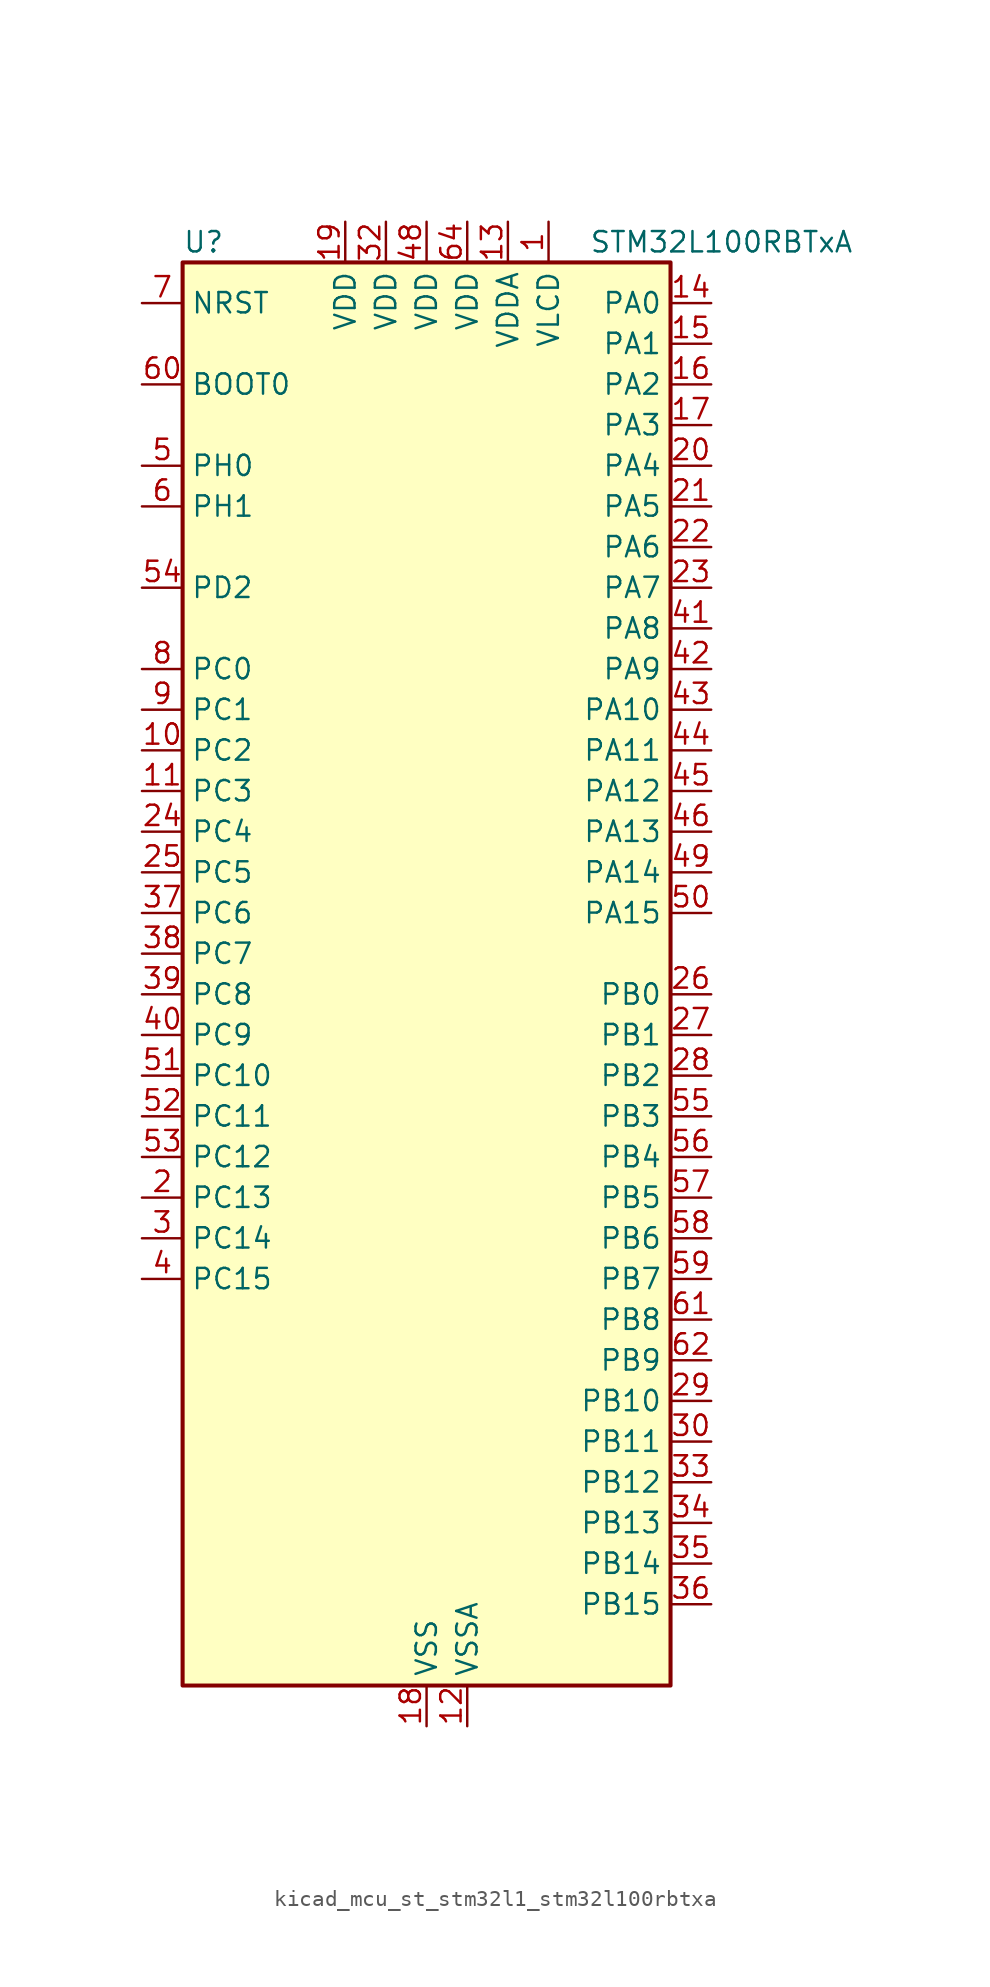
<source format=kicad_sym>
(kicad_symbol_lib
  (version 20220914)
  (generator kicad_symbol_editor)
  (symbol "kicad_mcu_st_stm32l1_stm32l100rbtxa"
    (property "Reference" "U"
      (at -15.24 46.99 0)
      (effects (font (size 1.27 1.27)) (justify left)))
    (property "Value" "STM32L100RBTxA"
      (at 10.16 46.99 0)
      (effects (font (size 1.27 1.27)) (justify left)))
    (property "ki_locked" ""
      (at 0 0 0)
      (effects (font (size 1.27 1.27))))
    (symbol "kicad_mcu_st_stm32l1_stm32l100rbtxa_0_1"
      (rectangle (start -15.24 -43.18) (end 15.24 45.72) (stroke (width 0.254) (type default)) (fill (type background))))
    (symbol "kicad_mcu_st_stm32l1_stm32l100rbtxa_1_1"
      (pin power_in line (at 7.62 48.26 270) (length 2.54) (name "VLCD" (effects (font (size 1.27 1.27)))) (number "1" (effects (font (size 1.27 1.27)))))
      (pin bidirectional line (at -17.78 15.24 0) (length 2.54) (name "PC2" (effects (font (size 1.27 1.27)))) (number "10" (effects (font (size 1.27 1.27)))) (alternate "ADC_IN12" bidirectional line) (alternate "COMP1_INP" bidirectional line) (alternate "LCD_SEG20" bidirectional line) (alternate "TIMX_IC3" bidirectional line))
      (pin bidirectional line (at -17.78 12.7 0) (length 2.54) (name "PC3" (effects (font (size 1.27 1.27)))) (number "11" (effects (font (size 1.27 1.27)))) (alternate "ADC_IN13" bidirectional line) (alternate "COMP1_INP" bidirectional line) (alternate "LCD_SEG21" bidirectional line) (alternate "TIMX_IC4" bidirectional line))
      (pin power_in line (at 2.54 -45.72 90) (length 2.54) (name "VSSA" (effects (font (size 1.27 1.27)))) (number "12" (effects (font (size 1.27 1.27)))))
      (pin power_in line (at 5.08 48.26 270) (length 2.54) (name "VDDA" (effects (font (size 1.27 1.27)))) (number "13" (effects (font (size 1.27 1.27)))))
      (pin bidirectional line (at 17.78 43.18 180) (length 2.54) (name "PA0" (effects (font (size 1.27 1.27)))) (number "14" (effects (font (size 1.27 1.27)))) (alternate "ADC_IN0" bidirectional line) (alternate "COMP1_INP" bidirectional line) (alternate "RTC_TAMP2" bidirectional line) (alternate "SYS_WKUP1" bidirectional line) (alternate "TIM2_CH1" bidirectional line) (alternate "TIM2_ETR" bidirectional line) (alternate "TIMX_IC1" bidirectional line) (alternate "USART2_CTS" bidirectional line))
      (pin bidirectional line (at 17.78 40.64 180) (length 2.54) (name "PA1" (effects (font (size 1.27 1.27)))) (number "15" (effects (font (size 1.27 1.27)))) (alternate "ADC_IN1" bidirectional line) (alternate "COMP1_INP" bidirectional line) (alternate "LCD_SEG0" bidirectional line) (alternate "TIM2_CH2" bidirectional line) (alternate "TIMX_IC2" bidirectional line) (alternate "USART2_RTS" bidirectional line))
      (pin bidirectional line (at 17.78 38.1 180) (length 2.54) (name "PA2" (effects (font (size 1.27 1.27)))) (number "16" (effects (font (size 1.27 1.27)))) (alternate "ADC_IN2" bidirectional line) (alternate "COMP1_INP" bidirectional line) (alternate "LCD_SEG1" bidirectional line) (alternate "TIM2_CH3" bidirectional line) (alternate "TIM9_CH1" bidirectional line) (alternate "TIMX_IC3" bidirectional line) (alternate "USART2_TX" bidirectional line))
      (pin bidirectional line (at 17.78 35.56 180) (length 2.54) (name "PA3" (effects (font (size 1.27 1.27)))) (number "17" (effects (font (size 1.27 1.27)))) (alternate "ADC_IN3" bidirectional line) (alternate "COMP1_INP" bidirectional line) (alternate "LCD_SEG2" bidirectional line) (alternate "TIM2_CH4" bidirectional line) (alternate "TIM9_CH2" bidirectional line) (alternate "TIMX_IC4" bidirectional line) (alternate "USART2_RX" bidirectional line))
      (pin power_in line (at 0 -45.72 90) (length 2.54) (name "VSS" (effects (font (size 1.27 1.27)))) (number "18" (effects (font (size 1.27 1.27)))))
      (pin power_in line (at -5.08 48.26 270) (length 2.54) (name "VDD" (effects (font (size 1.27 1.27)))) (number "19" (effects (font (size 1.27 1.27)))))
      (pin bidirectional line (at -17.78 -12.7 0) (length 2.54) (name "PC13" (effects (font (size 1.27 1.27)))) (number "2" (effects (font (size 1.27 1.27)))) (alternate "RTC_OUT_ALARM" bidirectional line) (alternate "RTC_OUT_CALIB" bidirectional line) (alternate "RTC_TAMP1" bidirectional line) (alternate "RTC_TS" bidirectional line) (alternate "SYS_WKUP2" bidirectional line) (alternate "TIMX_IC2" bidirectional line))
      (pin bidirectional line (at 17.78 33.02 180) (length 2.54) (name "PA4" (effects (font (size 1.27 1.27)))) (number "20" (effects (font (size 1.27 1.27)))) (alternate "ADC_IN4" bidirectional line) (alternate "COMP1_INP" bidirectional line) (alternate "DAC_OUT1" bidirectional line) (alternate "SPI1_NSS" bidirectional line) (alternate "TIMX_IC1" bidirectional line) (alternate "USART2_CK" bidirectional line))
      (pin bidirectional line (at 17.78 30.48 180) (length 2.54) (name "PA5" (effects (font (size 1.27 1.27)))) (number "21" (effects (font (size 1.27 1.27)))) (alternate "ADC_IN5" bidirectional line) (alternate "COMP1_INP" bidirectional line) (alternate "DAC_OUT2" bidirectional line) (alternate "SPI1_SCK" bidirectional line) (alternate "TIM2_CH1" bidirectional line) (alternate "TIM2_ETR" bidirectional line) (alternate "TIMX_IC2" bidirectional line))
      (pin bidirectional line (at 17.78 27.94 180) (length 2.54) (name "PA6" (effects (font (size 1.27 1.27)))) (number "22" (effects (font (size 1.27 1.27)))) (alternate "ADC_IN6" bidirectional line) (alternate "COMP1_INP" bidirectional line) (alternate "LCD_SEG3" bidirectional line) (alternate "SPI1_MISO" bidirectional line) (alternate "TIM10_CH1" bidirectional line) (alternate "TIM3_CH1" bidirectional line) (alternate "TIMX_IC3" bidirectional line))
      (pin bidirectional line (at 17.78 25.4 180) (length 2.54) (name "PA7" (effects (font (size 1.27 1.27)))) (number "23" (effects (font (size 1.27 1.27)))) (alternate "ADC_IN7" bidirectional line) (alternate "COMP1_INP" bidirectional line) (alternate "LCD_SEG4" bidirectional line) (alternate "SPI1_MOSI" bidirectional line) (alternate "TIM11_CH1" bidirectional line) (alternate "TIM3_CH2" bidirectional line) (alternate "TIMX_IC4" bidirectional line))
      (pin bidirectional line (at -17.78 10.16 0) (length 2.54) (name "PC4" (effects (font (size 1.27 1.27)))) (number "24" (effects (font (size 1.27 1.27)))) (alternate "ADC_IN14" bidirectional line) (alternate "COMP1_INP" bidirectional line) (alternate "LCD_SEG22" bidirectional line) (alternate "TIMX_IC1" bidirectional line))
      (pin bidirectional line (at -17.78 7.62 0) (length 2.54) (name "PC5" (effects (font (size 1.27 1.27)))) (number "25" (effects (font (size 1.27 1.27)))) (alternate "ADC_IN15" bidirectional line) (alternate "COMP1_INP" bidirectional line) (alternate "LCD_SEG23" bidirectional line) (alternate "TIMX_IC2" bidirectional line))
      (pin bidirectional line (at 17.78 0 180) (length 2.54) (name "PB0" (effects (font (size 1.27 1.27)))) (number "26" (effects (font (size 1.27 1.27)))) (alternate "ADC_IN8" bidirectional line) (alternate "COMP1_INP" bidirectional line) (alternate "LCD_SEG5" bidirectional line) (alternate "SYS_V_REF_OUT" bidirectional line) (alternate "TIM3_CH3" bidirectional line))
      (pin bidirectional line (at 17.78 -2.54 180) (length 2.54) (name "PB1" (effects (font (size 1.27 1.27)))) (number "27" (effects (font (size 1.27 1.27)))) (alternate "ADC_IN9" bidirectional line) (alternate "COMP1_INP" bidirectional line) (alternate "LCD_SEG6" bidirectional line) (alternate "SYS_V_REF_OUT" bidirectional line) (alternate "TIM3_CH4" bidirectional line))
      (pin bidirectional line (at 17.78 -5.08 180) (length 2.54) (name "PB2" (effects (font (size 1.27 1.27)))) (number "28" (effects (font (size 1.27 1.27)))))
      (pin bidirectional line (at 17.78 -25.4 180) (length 2.54) (name "PB10" (effects (font (size 1.27 1.27)))) (number "29" (effects (font (size 1.27 1.27)))) (alternate "I2C2_SCL" bidirectional line) (alternate "LCD_SEG10" bidirectional line) (alternate "TIM2_CH3" bidirectional line) (alternate "USART3_TX" bidirectional line))
      (pin bidirectional line (at -17.78 -15.24 0) (length 2.54) (name "PC14" (effects (font (size 1.27 1.27)))) (number "3" (effects (font (size 1.27 1.27)))) (alternate "RCC_OSC32_IN" bidirectional line) (alternate "TIMX_IC3" bidirectional line))
      (pin bidirectional line (at 17.78 -27.94 180) (length 2.54) (name "PB11" (effects (font (size 1.27 1.27)))) (number "30" (effects (font (size 1.27 1.27)))) (alternate "ADC_EXTI11" bidirectional line) (alternate "I2C2_SDA" bidirectional line) (alternate "LCD_SEG11" bidirectional line) (alternate "TIM2_CH4" bidirectional line) (alternate "USART3_RX" bidirectional line))
      (pin passive line (at 0 -45.72 90) (length 2.54) hide (name "VSS" (effects (font (size 1.27 1.27)))) (number "31" (effects (font (size 1.27 1.27)))))
      (pin power_in line (at -2.54 48.26 270) (length 2.54) (name "VDD" (effects (font (size 1.27 1.27)))) (number "32" (effects (font (size 1.27 1.27)))))
      (pin bidirectional line (at 17.78 -30.48 180) (length 2.54) (name "PB12" (effects (font (size 1.27 1.27)))) (number "33" (effects (font (size 1.27 1.27)))) (alternate "ADC_IN18" bidirectional line) (alternate "COMP1_INP" bidirectional line) (alternate "I2C2_SMBA" bidirectional line) (alternate "LCD_SEG12" bidirectional line) (alternate "SPI2_NSS" bidirectional line) (alternate "TIM10_CH1" bidirectional line) (alternate "USART3_CK" bidirectional line))
      (pin bidirectional line (at 17.78 -33.02 180) (length 2.54) (name "PB13" (effects (font (size 1.27 1.27)))) (number "34" (effects (font (size 1.27 1.27)))) (alternate "ADC_IN19" bidirectional line) (alternate "COMP1_INP" bidirectional line) (alternate "LCD_SEG13" bidirectional line) (alternate "SPI2_SCK" bidirectional line) (alternate "TIM9_CH1" bidirectional line) (alternate "USART3_CTS" bidirectional line))
      (pin bidirectional line (at 17.78 -35.56 180) (length 2.54) (name "PB14" (effects (font (size 1.27 1.27)))) (number "35" (effects (font (size 1.27 1.27)))) (alternate "ADC_IN20" bidirectional line) (alternate "COMP1_INP" bidirectional line) (alternate "LCD_SEG14" bidirectional line) (alternate "SPI2_MISO" bidirectional line) (alternate "TIM9_CH2" bidirectional line) (alternate "USART3_RTS" bidirectional line))
      (pin bidirectional line (at 17.78 -38.1 180) (length 2.54) (name "PB15" (effects (font (size 1.27 1.27)))) (number "36" (effects (font (size 1.27 1.27)))) (alternate "ADC_EXTI15" bidirectional line) (alternate "ADC_IN21" bidirectional line) (alternate "COMP1_INP" bidirectional line) (alternate "LCD_SEG15" bidirectional line) (alternate "RTC_REFIN" bidirectional line) (alternate "SPI2_MOSI" bidirectional line) (alternate "TIM11_CH1" bidirectional line))
      (pin bidirectional line (at -17.78 5.08 0) (length 2.54) (name "PC6" (effects (font (size 1.27 1.27)))) (number "37" (effects (font (size 1.27 1.27)))) (alternate "LCD_SEG24" bidirectional line) (alternate "TIM3_CH1" bidirectional line) (alternate "TIMX_IC3" bidirectional line))
      (pin bidirectional line (at -17.78 2.54 0) (length 2.54) (name "PC7" (effects (font (size 1.27 1.27)))) (number "38" (effects (font (size 1.27 1.27)))) (alternate "LCD_SEG25" bidirectional line) (alternate "TIM3_CH2" bidirectional line) (alternate "TIMX_IC4" bidirectional line))
      (pin bidirectional line (at -17.78 0 0) (length 2.54) (name "PC8" (effects (font (size 1.27 1.27)))) (number "39" (effects (font (size 1.27 1.27)))) (alternate "LCD_SEG26" bidirectional line) (alternate "TIM3_CH3" bidirectional line) (alternate "TIMX_IC1" bidirectional line))
      (pin bidirectional line (at -17.78 -17.78 0) (length 2.54) (name "PC15" (effects (font (size 1.27 1.27)))) (number "4" (effects (font (size 1.27 1.27)))) (alternate "ADC_EXTI15" bidirectional line) (alternate "RCC_OSC32_OUT" bidirectional line) (alternate "TIMX_IC4" bidirectional line))
      (pin bidirectional line (at -17.78 -2.54 0) (length 2.54) (name "PC9" (effects (font (size 1.27 1.27)))) (number "40" (effects (font (size 1.27 1.27)))) (alternate "DAC_EXTI9" bidirectional line) (alternate "LCD_SEG27" bidirectional line) (alternate "TIM3_CH4" bidirectional line) (alternate "TIMX_IC2" bidirectional line))
      (pin bidirectional line (at 17.78 22.86 180) (length 2.54) (name "PA8" (effects (font (size 1.27 1.27)))) (number "41" (effects (font (size 1.27 1.27)))) (alternate "LCD_COM0" bidirectional line) (alternate "RCC_MCO" bidirectional line) (alternate "TIMX_IC1" bidirectional line) (alternate "USART1_CK" bidirectional line))
      (pin bidirectional line (at 17.78 20.32 180) (length 2.54) (name "PA9" (effects (font (size 1.27 1.27)))) (number "42" (effects (font (size 1.27 1.27)))) (alternate "DAC_EXTI9" bidirectional line) (alternate "LCD_COM1" bidirectional line) (alternate "TIMX_IC2" bidirectional line) (alternate "USART1_TX" bidirectional line))
      (pin bidirectional line (at 17.78 17.78 180) (length 2.54) (name "PA10" (effects (font (size 1.27 1.27)))) (number "43" (effects (font (size 1.27 1.27)))) (alternate "LCD_COM2" bidirectional line) (alternate "TIMX_IC3" bidirectional line) (alternate "USART1_RX" bidirectional line))
      (pin bidirectional line (at 17.78 15.24 180) (length 2.54) (name "PA11" (effects (font (size 1.27 1.27)))) (number "44" (effects (font (size 1.27 1.27)))) (alternate "ADC_EXTI11" bidirectional line) (alternate "SPI1_MISO" bidirectional line) (alternate "TIMX_IC4" bidirectional line) (alternate "USART1_CTS" bidirectional line) (alternate "USB_DM" bidirectional line))
      (pin bidirectional line (at 17.78 12.7 180) (length 2.54) (name "PA12" (effects (font (size 1.27 1.27)))) (number "45" (effects (font (size 1.27 1.27)))) (alternate "SPI1_MOSI" bidirectional line) (alternate "TIMX_IC1" bidirectional line) (alternate "USART1_RTS" bidirectional line) (alternate "USB_DP" bidirectional line))
      (pin bidirectional line (at 17.78 10.16 180) (length 2.54) (name "PA13" (effects (font (size 1.27 1.27)))) (number "46" (effects (font (size 1.27 1.27)))) (alternate "SYS_JTMS-SWDIO" bidirectional line) (alternate "TIMX_IC2" bidirectional line))
      (pin passive line (at 0 -45.72 90) (length 2.54) hide (name "VSS" (effects (font (size 1.27 1.27)))) (number "47" (effects (font (size 1.27 1.27)))))
      (pin power_in line (at 0 48.26 270) (length 2.54) (name "VDD" (effects (font (size 1.27 1.27)))) (number "48" (effects (font (size 1.27 1.27)))))
      (pin bidirectional line (at 17.78 7.62 180) (length 2.54) (name "PA14" (effects (font (size 1.27 1.27)))) (number "49" (effects (font (size 1.27 1.27)))) (alternate "SYS_JTCK-SWCLK" bidirectional line) (alternate "TIMX_IC3" bidirectional line))
      (pin bidirectional line (at -17.78 33.02 0) (length 2.54) (name "PH0" (effects (font (size 1.27 1.27)))) (number "5" (effects (font (size 1.27 1.27)))) (alternate "RCC_OSC_IN" bidirectional line))
      (pin bidirectional line (at 17.78 5.08 180) (length 2.54) (name "PA15" (effects (font (size 1.27 1.27)))) (number "50" (effects (font (size 1.27 1.27)))) (alternate "ADC_EXTI15" bidirectional line) (alternate "LCD_SEG17" bidirectional line) (alternate "SPI1_NSS" bidirectional line) (alternate "SYS_JTDI" bidirectional line) (alternate "TIM2_CH1" bidirectional line) (alternate "TIM2_ETR" bidirectional line) (alternate "TIMX_IC4" bidirectional line))
      (pin bidirectional line (at -17.78 -5.08 0) (length 2.54) (name "PC10" (effects (font (size 1.27 1.27)))) (number "51" (effects (font (size 1.27 1.27)))) (alternate "LCD_COM4" bidirectional line) (alternate "LCD_SEG28" bidirectional line) (alternate "TIMX_IC3" bidirectional line) (alternate "USART3_TX" bidirectional line))
      (pin bidirectional line (at -17.78 -7.62 0) (length 2.54) (name "PC11" (effects (font (size 1.27 1.27)))) (number "52" (effects (font (size 1.27 1.27)))) (alternate "ADC_EXTI11" bidirectional line) (alternate "LCD_COM5" bidirectional line) (alternate "LCD_SEG29" bidirectional line) (alternate "TIMX_IC4" bidirectional line) (alternate "USART3_RX" bidirectional line))
      (pin bidirectional line (at -17.78 -10.16 0) (length 2.54) (name "PC12" (effects (font (size 1.27 1.27)))) (number "53" (effects (font (size 1.27 1.27)))) (alternate "LCD_COM6" bidirectional line) (alternate "LCD_SEG30" bidirectional line) (alternate "TIMX_IC1" bidirectional line) (alternate "USART3_CK" bidirectional line))
      (pin bidirectional line (at -17.78 25.4 0) (length 2.54) (name "PD2" (effects (font (size 1.27 1.27)))) (number "54" (effects (font (size 1.27 1.27)))) (alternate "LCD_COM7" bidirectional line) (alternate "LCD_SEG31" bidirectional line) (alternate "TIM3_ETR" bidirectional line) (alternate "TIMX_IC3" bidirectional line))
      (pin bidirectional line (at 17.78 -7.62 180) (length 2.54) (name "PB3" (effects (font (size 1.27 1.27)))) (number "55" (effects (font (size 1.27 1.27)))) (alternate "COMP2_INM" bidirectional line) (alternate "LCD_SEG7" bidirectional line) (alternate "SPI1_SCK" bidirectional line) (alternate "SYS_JTDO-TRACESWO" bidirectional line) (alternate "TIM2_CH2" bidirectional line))
      (pin bidirectional line (at 17.78 -10.16 180) (length 2.54) (name "PB4" (effects (font (size 1.27 1.27)))) (number "56" (effects (font (size 1.27 1.27)))) (alternate "COMP2_INP" bidirectional line) (alternate "LCD_SEG8" bidirectional line) (alternate "SPI1_MISO" bidirectional line) (alternate "SYS_JTRST" bidirectional line) (alternate "TIM3_CH1" bidirectional line))
      (pin bidirectional line (at 17.78 -12.7 180) (length 2.54) (name "PB5" (effects (font (size 1.27 1.27)))) (number "57" (effects (font (size 1.27 1.27)))) (alternate "COMP2_INP" bidirectional line) (alternate "I2C1_SMBA" bidirectional line) (alternate "LCD_SEG9" bidirectional line) (alternate "SPI1_MOSI" bidirectional line) (alternate "TIM3_CH2" bidirectional line))
      (pin bidirectional line (at 17.78 -15.24 180) (length 2.54) (name "PB6" (effects (font (size 1.27 1.27)))) (number "58" (effects (font (size 1.27 1.27)))) (alternate "I2C1_SCL" bidirectional line) (alternate "TIM4_CH1" bidirectional line) (alternate "USART1_TX" bidirectional line))
      (pin bidirectional line (at 17.78 -17.78 180) (length 2.54) (name "PB7" (effects (font (size 1.27 1.27)))) (number "59" (effects (font (size 1.27 1.27)))) (alternate "I2C1_SDA" bidirectional line) (alternate "SYS_PVD_IN" bidirectional line) (alternate "TIM4_CH2" bidirectional line) (alternate "USART1_RX" bidirectional line))
      (pin bidirectional line (at -17.78 30.48 0) (length 2.54) (name "PH1" (effects (font (size 1.27 1.27)))) (number "6" (effects (font (size 1.27 1.27)))) (alternate "RCC_OSC_OUT" bidirectional line))
      (pin input line (at -17.78 38.1 0) (length 2.54) (name "BOOT0" (effects (font (size 1.27 1.27)))) (number "60" (effects (font (size 1.27 1.27)))))
      (pin bidirectional line (at 17.78 -20.32 180) (length 2.54) (name "PB8" (effects (font (size 1.27 1.27)))) (number "61" (effects (font (size 1.27 1.27)))) (alternate "I2C1_SCL" bidirectional line) (alternate "LCD_SEG16" bidirectional line) (alternate "TIM10_CH1" bidirectional line) (alternate "TIM4_CH3" bidirectional line))
      (pin bidirectional line (at 17.78 -22.86 180) (length 2.54) (name "PB9" (effects (font (size 1.27 1.27)))) (number "62" (effects (font (size 1.27 1.27)))) (alternate "DAC_EXTI9" bidirectional line) (alternate "I2C1_SDA" bidirectional line) (alternate "LCD_COM3" bidirectional line) (alternate "TIM11_CH1" bidirectional line) (alternate "TIM4_CH4" bidirectional line))
      (pin passive line (at 0 -45.72 90) (length 2.54) hide (name "VSS" (effects (font (size 1.27 1.27)))) (number "63" (effects (font (size 1.27 1.27)))))
      (pin power_in line (at 2.54 48.26 270) (length 2.54) (name "VDD" (effects (font (size 1.27 1.27)))) (number "64" (effects (font (size 1.27 1.27)))))
      (pin input line (at -17.78 43.18 0) (length 2.54) (name "NRST" (effects (font (size 1.27 1.27)))) (number "7" (effects (font (size 1.27 1.27)))))
      (pin bidirectional line (at -17.78 20.32 0) (length 2.54) (name "PC0" (effects (font (size 1.27 1.27)))) (number "8" (effects (font (size 1.27 1.27)))) (alternate "ADC_IN10" bidirectional line) (alternate "COMP1_INP" bidirectional line) (alternate "LCD_SEG18" bidirectional line) (alternate "TIMX_IC1" bidirectional line))
      (pin bidirectional line (at -17.78 17.78 0) (length 2.54) (name "PC1" (effects (font (size 1.27 1.27)))) (number "9" (effects (font (size 1.27 1.27)))) (alternate "ADC_IN11" bidirectional line) (alternate "COMP1_INP" bidirectional line) (alternate "LCD_SEG19" bidirectional line) (alternate "TIMX_IC2" bidirectional line)))))
</source>
